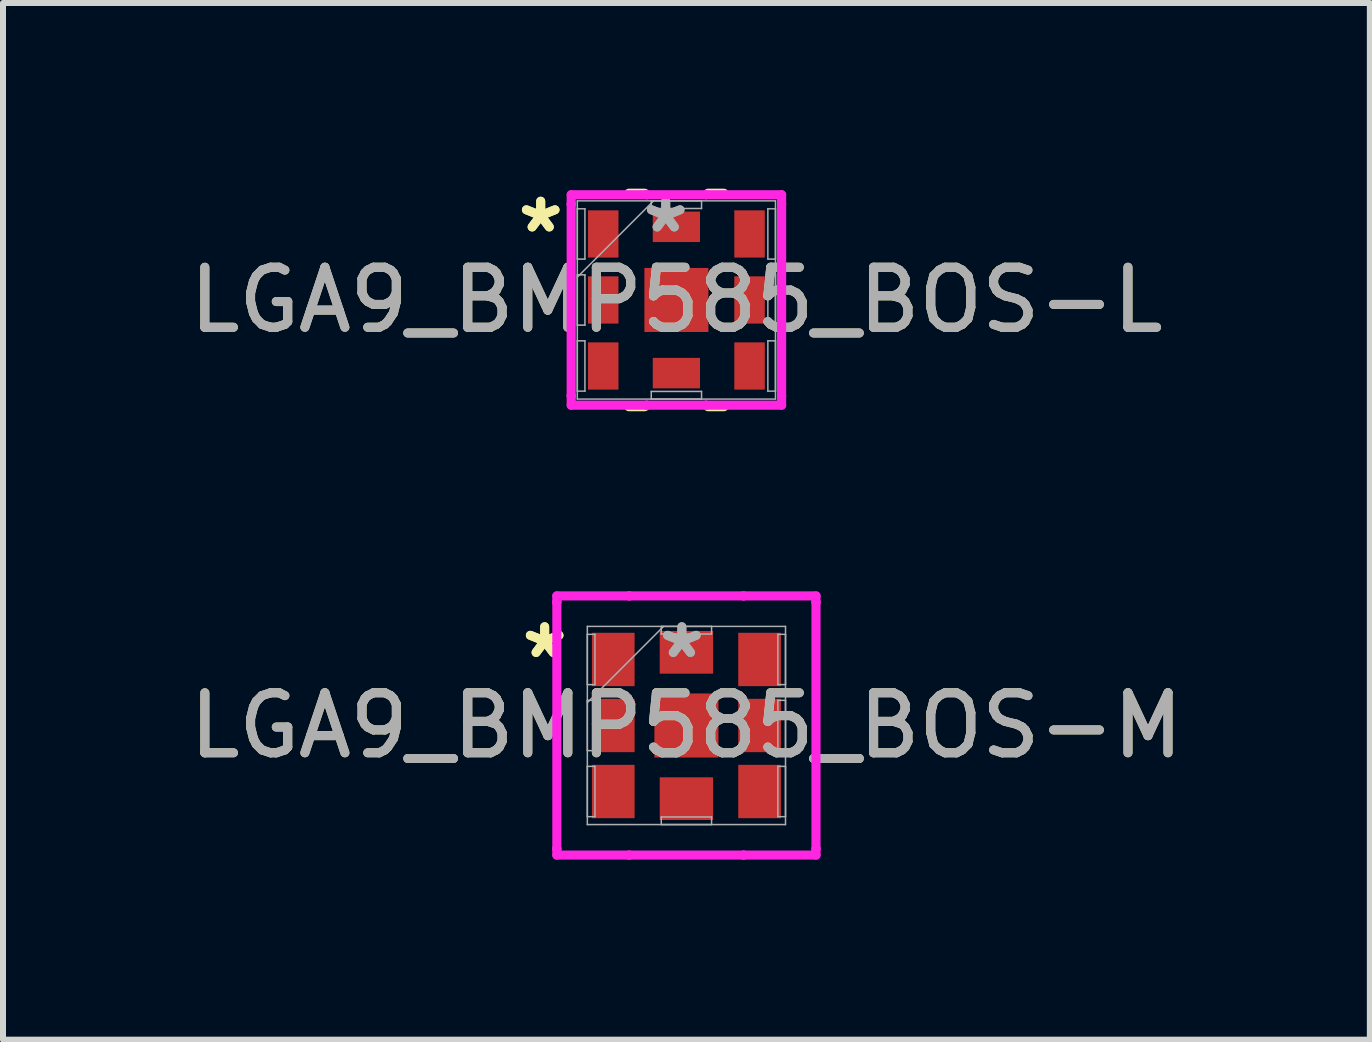
<source format=kicad_pcb>
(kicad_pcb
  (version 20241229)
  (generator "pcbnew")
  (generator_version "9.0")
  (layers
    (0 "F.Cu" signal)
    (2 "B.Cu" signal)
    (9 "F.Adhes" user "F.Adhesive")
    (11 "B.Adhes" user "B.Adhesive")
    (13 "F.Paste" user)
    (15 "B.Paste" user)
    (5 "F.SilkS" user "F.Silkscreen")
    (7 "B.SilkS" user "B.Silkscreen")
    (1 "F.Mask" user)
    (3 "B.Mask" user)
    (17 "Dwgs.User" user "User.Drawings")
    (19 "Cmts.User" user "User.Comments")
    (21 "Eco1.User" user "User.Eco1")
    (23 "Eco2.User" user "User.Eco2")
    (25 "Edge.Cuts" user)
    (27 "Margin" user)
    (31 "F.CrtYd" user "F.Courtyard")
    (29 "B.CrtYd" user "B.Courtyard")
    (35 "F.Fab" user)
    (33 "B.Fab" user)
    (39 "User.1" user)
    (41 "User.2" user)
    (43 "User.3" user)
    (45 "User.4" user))
  (footprint "LGA9_BMP585_BOS-M"
    (layer "F.Cu")
    (at 8.387 9.038)
    (property "Reference" "LGA9_BMP585_BOS-M" (at 0 0 0) (unlocked yes) (layer "F.SilkS") (effects (font (size 1 1) (thickness 0.15))))
    (attr smd)
    (fp_line (start -2.159 -2.159) (end -0.953 -2.159) (stroke (width 0.152) (type solid)) (layer "F.CrtYd"))
    (fp_line (start -2.159 -2.053) (end -2.159 -2.159) (stroke (width 0.152) (type solid)) (layer "F.CrtYd"))
    (fp_line (start -2.159 -2.053) (end -2.159 -2.053) (stroke (width 0.152) (type solid)) (layer "F.CrtYd"))
    (fp_line (start -2.159 2.053) (end -2.159 -2.053) (stroke (width 0.152) (type solid)) (layer "F.CrtYd"))
    (fp_line (start -2.159 2.053) (end -2.159 2.053) (stroke (width 0.152) (type solid)) (layer "F.CrtYd"))
    (fp_line (start -2.159 2.159) (end -2.159 2.053) (stroke (width 0.152) (type solid)) (layer "F.CrtYd"))
    (fp_line (start -0.953 -2.159) (end -0.953 -2.159) (stroke (width 0.152) (type solid)) (layer "F.CrtYd"))
    (fp_line (start -0.953 -2.159) (end 0.953 -2.159) (stroke (width 0.152) (type solid)) (layer "F.CrtYd"))
    (fp_line (start -0.953 2.159) (end -2.159 2.159) (stroke (width 0.152) (type solid)) (layer "F.CrtYd"))
    (fp_line (start -0.953 2.159) (end -0.953 2.159) (stroke (width 0.152) (type solid)) (layer "F.CrtYd"))
    (fp_line (start 0.953 -2.159) (end 0.953 -2.159) (stroke (width 0.152) (type solid)) (layer "F.CrtYd"))
    (fp_line (start 0.953 -2.159) (end 2.159 -2.159) (stroke (width 0.152) (type solid)) (layer "F.CrtYd"))
    (fp_line (start 0.953 2.159) (end -0.953 2.159) (stroke (width 0.152) (type solid)) (layer "F.CrtYd"))
    (fp_line (start 0.953 2.159) (end 0.953 2.159) (stroke (width 0.152) (type solid)) (layer "F.CrtYd"))
    (fp_line (start 2.159 -2.159) (end 2.159 -2.053) (stroke (width 0.152) (type solid)) (layer "F.CrtYd"))
    (fp_line (start 2.159 -2.053) (end 2.159 -2.053) (stroke (width 0.152) (type solid)) (layer "F.CrtYd"))
    (fp_line (start 2.159 -2.053) (end 2.159 2.053) (stroke (width 0.152) (type solid)) (layer "F.CrtYd"))
    (fp_line (start 2.159 2.053) (end 2.159 2.053) (stroke (width 0.152) (type solid)) (layer "F.CrtYd"))
    (fp_line (start 2.159 2.053) (end 2.159 2.159) (stroke (width 0.152) (type solid)) (layer "F.CrtYd"))
    (fp_line (start 2.159 2.159) (end 0.953 2.159) (stroke (width 0.152) (type solid)) (layer "F.CrtYd"))
    (fp_line (start -1.651 -1.651) (end -1.651 1.651) (stroke (width 0.025) (type solid)) (layer "F.Fab"))
    (fp_line (start -1.651 -1.519) (end -1.524 -1.519) (stroke (width 0.025) (type solid)) (layer "F.Fab"))
    (fp_line (start -1.651 -0.681) (end -1.651 -1.519) (stroke (width 0.025) (type solid)) (layer "F.Fab"))
    (fp_line (start -1.651 -0.419) (end -1.524 -0.419) (stroke (width 0.025) (type solid)) (layer "F.Fab"))
    (fp_line (start -1.651 -0.381) (end -0.381 -1.651) (stroke (width 0.025) (type solid)) (layer "F.Fab"))
    (fp_line (start -1.651 0.419) (end -1.651 -0.419) (stroke (width 0.025) (type solid)) (layer "F.Fab"))
    (fp_line (start -1.651 0.681) (end -1.524 0.681) (stroke (width 0.025) (type solid)) (layer "F.Fab"))
    (fp_line (start -1.651 1.519) (end -1.651 0.681) (stroke (width 0.025) (type solid)) (layer "F.Fab"))
    (fp_line (start -1.651 1.651) (end 1.651 1.651) (stroke (width 0.025) (type solid)) (layer "F.Fab"))
    (fp_line (start -1.524 -1.519) (end -1.524 -0.681) (stroke (width 0.025) (type solid)) (layer "F.Fab"))
    (fp_line (start -1.524 -0.681) (end -1.651 -0.681) (stroke (width 0.025) (type solid)) (layer "F.Fab"))
    (fp_line (start -1.524 -0.419) (end -1.524 0.419) (stroke (width 0.025) (type solid)) (layer "F.Fab"))
    (fp_line (start -1.524 0.419) (end -1.651 0.419) (stroke (width 0.025) (type solid)) (layer "F.Fab"))
    (fp_line (start -1.524 0.681) (end -1.524 1.519) (stroke (width 0.025) (type solid)) (layer "F.Fab"))
    (fp_line (start -1.524 1.519) (end -1.651 1.519) (stroke (width 0.025) (type solid)) (layer "F.Fab"))
    (fp_line (start -0.419 -1.651) (end 0.419 -1.651) (stroke (width 0.025) (type solid)) (layer "F.Fab"))
    (fp_line (start -0.419 -1.524) (end -0.419 -1.651) (stroke (width 0.025) (type solid)) (layer "F.Fab"))
    (fp_line (start -0.419 1.524) (end 0.419 1.524) (stroke (width 0.025) (type solid)) (layer "F.Fab"))
    (fp_line (start -0.419 1.651) (end -0.419 1.524) (stroke (width 0.025) (type solid)) (layer "F.Fab"))
    (fp_line (start 0.419 -1.651) (end 0.419 -1.524) (stroke (width 0.025) (type solid)) (layer "F.Fab"))
    (fp_line (start 0.419 -1.524) (end -0.419 -1.524) (stroke (width 0.025) (type solid)) (layer "F.Fab"))
    (fp_line (start 0.419 1.524) (end 0.419 1.651) (stroke (width 0.025) (type solid)) (layer "F.Fab"))
    (fp_line (start 0.419 1.651) (end -0.419 1.651) (stroke (width 0.025) (type solid)) (layer "F.Fab"))
    (fp_line (start 1.524 -1.519) (end 1.651 -1.519) (stroke (width 0.025) (type solid)) (layer "F.Fab"))
    (fp_line (start 1.524 -0.681) (end 1.524 -1.519) (stroke (width 0.025) (type solid)) (layer "F.Fab"))
    (fp_line (start 1.524 -0.419) (end 1.651 -0.419) (stroke (width 0.025) (type solid)) (layer "F.Fab"))
    (fp_line (start 1.524 0.419) (end 1.524 -0.419) (stroke (width 0.025) (type solid)) (layer "F.Fab"))
    (fp_line (start 1.524 0.681) (end 1.651 0.681) (stroke (width 0.025) (type solid)) (layer "F.Fab"))
    (fp_line (start 1.524 1.519) (end 1.524 0.681) (stroke (width 0.025) (type solid)) (layer "F.Fab"))
    (fp_line (start 1.651 -1.651) (end -1.651 -1.651) (stroke (width 0.025) (type solid)) (layer "F.Fab"))
    (fp_line (start 1.651 -1.519) (end 1.651 -0.681) (stroke (width 0.025) (type solid)) (layer "F.Fab"))
    (fp_line (start 1.651 -0.681) (end 1.524 -0.681) (stroke (width 0.025) (type solid)) (layer "F.Fab"))
    (fp_line (start 1.651 -0.419) (end 1.651 0.419) (stroke (width 0.025) (type solid)) (layer "F.Fab"))
    (fp_line (start 1.651 0.419) (end 1.524 0.419) (stroke (width 0.025) (type solid)) (layer "F.Fab"))
    (fp_line (start 1.651 0.681) (end 1.651 1.519) (stroke (width 0.025) (type solid)) (layer "F.Fab"))
    (fp_line (start 1.651 1.519) (end 1.524 1.519) (stroke (width 0.025) (type solid)) (layer "F.Fab"))
    (fp_line (start 1.651 1.651) (end 1.651 -1.651) (stroke (width 0.025) (type solid)) (layer "F.Fab"))
    (fp_text user "*" (at -2.362 -1.1 0) (unlocked yes) (layer "F.SilkS") (effects (font (size 1 1) (thickness 0.15))))
    (fp_text user "*" (at -2.362 -1.1 0) (layer "F.SilkS") (effects (font (size 1 1) (thickness 0.15))))
    (fp_text user "*" (at -0.076 -1.1 0) (unlocked yes) (layer "F.Fab") (effects (font (size 1 1) (thickness 0.15))))
    (fp_text user "*" (at -0.076 -1.1 0) (layer "F.Fab") (effects (font (size 1 1) (thickness 0.15))))
    (fp_text user "${REFERENCE}" (at 0 0 0) (unlocked yes) (layer "F.Fab") (effects (font (size 1 1) (thickness 0.15))))
    (pad "1" smd rect (at -1.219 -1.1 90) (size 0.889 0.711) (layers "F.Cu" "F.Mask" "F.Paste"))
    (pad "2" smd rect (at -1.219 0 90) (size 0.889 0.711) (layers "F.Cu" "F.Mask" "F.Paste"))
    (pad "3" smd rect (at -1.219 1.1 90) (size 0.889 0.711) (layers "F.Cu" "F.Mask" "F.Paste"))
    (pad "4" smd rect (at 0 1.219) (size 0.889 0.711) (layers "F.Cu" "F.Mask" "F.Paste"))
    (pad "5" smd rect (at 1.219 1.1 90) (size 0.889 0.711) (layers "F.Cu" "F.Mask" "F.Paste"))
    (pad "6" smd rect (at 1.219 0 90) (size 0.889 0.711) (layers "F.Cu" "F.Mask" "F.Paste"))
    (pad "7" smd rect (at 1.219 -1.1 90) (size 0.889 0.711) (layers "F.Cu" "F.Mask" "F.Paste"))
    (pad "8" smd rect (at 0 -1.219) (size 0.889 0.711) (layers "F.Cu" "F.Mask" "F.Paste"))
    (pad "9" smd rect (at 0 0) (size 1.067 1.067) (layers "F.Cu" "F.Mask" "F.Paste")))
  (footprint "LGA9_BMP585_BOS-L"
    (layer "F.Cu")
    (at 8.22 1.948)
    (property "Reference" "LGA9_BMP585_BOS-L" (at 0 0 0) (unlocked yes) (layer "F.SilkS") (effects (font (size 1 1) (thickness 0.15))))
    (attr smd)
    (fp_line (start -0.792 1.778) (end -0.527 1.778) (stroke (width 0.152) (type solid)) (layer "F.SilkS"))
    (fp_line (start -0.527 -1.778) (end -0.792 -1.778) (stroke (width 0.152) (type solid)) (layer "F.SilkS"))
    (fp_line (start 0.527 1.778) (end 0.792 1.778) (stroke (width 0.152) (type solid)) (layer "F.SilkS"))
    (fp_line (start 0.792 -1.778) (end 0.527 -1.778) (stroke (width 0.152) (type solid)) (layer "F.SilkS"))
    (fp_line (start -1.753 -1.753) (end -0.495 -1.753) (stroke (width 0.152) (type solid)) (layer "F.CrtYd"))
    (fp_line (start -1.753 -1.595) (end -1.753 -1.753) (stroke (width 0.152) (type solid)) (layer "F.CrtYd"))
    (fp_line (start -1.753 -1.595) (end -1.753 -1.595) (stroke (width 0.152) (type solid)) (layer "F.CrtYd"))
    (fp_line (start -1.753 1.595) (end -1.753 -1.595) (stroke (width 0.152) (type solid)) (layer "F.CrtYd"))
    (fp_line (start -1.753 1.595) (end -1.753 1.595) (stroke (width 0.152) (type solid)) (layer "F.CrtYd"))
    (fp_line (start -1.753 1.753) (end -1.753 1.595) (stroke (width 0.152) (type solid)) (layer "F.CrtYd"))
    (fp_line (start -0.495 -1.753) (end -0.495 -1.753) (stroke (width 0.152) (type solid)) (layer "F.CrtYd"))
    (fp_line (start -0.495 -1.753) (end 0.495 -1.753) (stroke (width 0.152) (type solid)) (layer "F.CrtYd"))
    (fp_line (start -0.495 1.753) (end -1.753 1.753) (stroke (width 0.152) (type solid)) (layer "F.CrtYd"))
    (fp_line (start -0.495 1.753) (end -0.495 1.753) (stroke (width 0.152) (type solid)) (layer "F.CrtYd"))
    (fp_line (start 0.495 -1.753) (end 0.495 -1.753) (stroke (width 0.152) (type solid)) (layer "F.CrtYd"))
    (fp_line (start 0.495 -1.753) (end 1.753 -1.753) (stroke (width 0.152) (type solid)) (layer "F.CrtYd"))
    (fp_line (start 0.495 1.753) (end -0.495 1.753) (stroke (width 0.152) (type solid)) (layer "F.CrtYd"))
    (fp_line (start 0.495 1.753) (end 0.495 1.753) (stroke (width 0.152) (type solid)) (layer "F.CrtYd"))
    (fp_line (start 1.753 -1.753) (end 1.753 -1.595) (stroke (width 0.152) (type solid)) (layer "F.CrtYd"))
    (fp_line (start 1.753 -1.595) (end 1.753 -1.595) (stroke (width 0.152) (type solid)) (layer "F.CrtYd"))
    (fp_line (start 1.753 -1.595) (end 1.753 1.595) (stroke (width 0.152) (type solid)) (layer "F.CrtYd"))
    (fp_line (start 1.753 1.595) (end 1.753 1.595) (stroke (width 0.152) (type solid)) (layer "F.CrtYd"))
    (fp_line (start 1.753 1.595) (end 1.753 1.753) (stroke (width 0.152) (type solid)) (layer "F.CrtYd"))
    (fp_line (start 1.753 1.753) (end 0.495 1.753) (stroke (width 0.152) (type solid)) (layer "F.CrtYd"))
    (fp_line (start -1.651 -1.651) (end -1.651 1.651) (stroke (width 0.025) (type solid)) (layer "F.Fab"))
    (fp_line (start -1.651 -1.519) (end -1.524 -1.519) (stroke (width 0.025) (type solid)) (layer "F.Fab"))
    (fp_line (start -1.651 -0.681) (end -1.651 -1.519) (stroke (width 0.025) (type solid)) (layer "F.Fab"))
    (fp_line (start -1.651 -0.419) (end -1.524 -0.419) (stroke (width 0.025) (type solid)) (layer "F.Fab"))
    (fp_line (start -1.651 -0.381) (end -0.381 -1.651) (stroke (width 0.025) (type solid)) (layer "F.Fab"))
    (fp_line (start -1.651 0.419) (end -1.651 -0.419) (stroke (width 0.025) (type solid)) (layer "F.Fab"))
    (fp_line (start -1.651 0.681) (end -1.524 0.681) (stroke (width 0.025) (type solid)) (layer "F.Fab"))
    (fp_line (start -1.651 1.519) (end -1.651 0.681) (stroke (width 0.025) (type solid)) (layer "F.Fab"))
    (fp_line (start -1.651 1.651) (end 1.651 1.651) (stroke (width 0.025) (type solid)) (layer "F.Fab"))
    (fp_line (start -1.524 -1.519) (end -1.524 -0.681) (stroke (width 0.025) (type solid)) (layer "F.Fab"))
    (fp_line (start -1.524 -0.681) (end -1.651 -0.681) (stroke (width 0.025) (type solid)) (layer "F.Fab"))
    (fp_line (start -1.524 -0.419) (end -1.524 0.419) (stroke (width 0.025) (type solid)) (layer "F.Fab"))
    (fp_line (start -1.524 0.419) (end -1.651 0.419) (stroke (width 0.025) (type solid)) (layer "F.Fab"))
    (fp_line (start -1.524 0.681) (end -1.524 1.519) (stroke (width 0.025) (type solid)) (layer "F.Fab"))
    (fp_line (start -1.524 1.519) (end -1.651 1.519) (stroke (width 0.025) (type solid)) (layer "F.Fab"))
    (fp_line (start -0.419 -1.651) (end 0.419 -1.651) (stroke (width 0.025) (type solid)) (layer "F.Fab"))
    (fp_line (start -0.419 -1.524) (end -0.419 -1.651) (stroke (width 0.025) (type solid)) (layer "F.Fab"))
    (fp_line (start -0.419 1.524) (end 0.419 1.524) (stroke (width 0.025) (type solid)) (layer "F.Fab"))
    (fp_line (start -0.419 1.651) (end -0.419 1.524) (stroke (width 0.025) (type solid)) (layer "F.Fab"))
    (fp_line (start 0.419 -1.651) (end 0.419 -1.524) (stroke (width 0.025) (type solid)) (layer "F.Fab"))
    (fp_line (start 0.419 -1.524) (end -0.419 -1.524) (stroke (width 0.025) (type solid)) (layer "F.Fab"))
    (fp_line (start 0.419 1.524) (end 0.419 1.651) (stroke (width 0.025) (type solid)) (layer "F.Fab"))
    (fp_line (start 0.419 1.651) (end -0.419 1.651) (stroke (width 0.025) (type solid)) (layer "F.Fab"))
    (fp_line (start 1.524 -1.519) (end 1.651 -1.519) (stroke (width 0.025) (type solid)) (layer "F.Fab"))
    (fp_line (start 1.524 -0.681) (end 1.524 -1.519) (stroke (width 0.025) (type solid)) (layer "F.Fab"))
    (fp_line (start 1.524 -0.419) (end 1.651 -0.419) (stroke (width 0.025) (type solid)) (layer "F.Fab"))
    (fp_line (start 1.524 0.419) (end 1.524 -0.419) (stroke (width 0.025) (type solid)) (layer "F.Fab"))
    (fp_line (start 1.524 0.681) (end 1.651 0.681) (stroke (width 0.025) (type solid)) (layer "F.Fab"))
    (fp_line (start 1.524 1.519) (end 1.524 0.681) (stroke (width 0.025) (type solid)) (layer "F.Fab"))
    (fp_line (start 1.651 -1.651) (end -1.651 -1.651) (stroke (width 0.025) (type solid)) (layer "F.Fab"))
    (fp_line (start 1.651 -1.519) (end 1.651 -0.681) (stroke (width 0.025) (type solid)) (layer "F.Fab"))
    (fp_line (start 1.651 -0.681) (end 1.524 -0.681) (stroke (width 0.025) (type solid)) (layer "F.Fab"))
    (fp_line (start 1.651 -0.419) (end 1.651 0.419) (stroke (width 0.025) (type solid)) (layer "F.Fab"))
    (fp_line (start 1.651 0.419) (end 1.524 0.419) (stroke (width 0.025) (type solid)) (layer "F.Fab"))
    (fp_line (start 1.651 0.681) (end 1.651 1.519) (stroke (width 0.025) (type solid)) (layer "F.Fab"))
    (fp_line (start 1.651 1.519) (end 1.524 1.519) (stroke (width 0.025) (type solid)) (layer "F.Fab"))
    (fp_line (start 1.651 1.651) (end 1.651 -1.651) (stroke (width 0.025) (type solid)) (layer "F.Fab"))
    (fp_text user "*" (at -2.261 -1.1 0) (layer "F.SilkS") (effects (font (size 1 1) (thickness 0.15))))
    (fp_text user "*" (at -2.261 -1.1 0) (unlocked yes) (layer "F.SilkS") (effects (font (size 1 1) (thickness 0.15))))
    (fp_text user "*" (at -0.178 -1.1 0) (layer "F.Fab") (effects (font (size 1 1) (thickness 0.15))))
    (fp_text user "${REFERENCE}" (at 0 0 0) (unlocked yes) (layer "F.Fab") (effects (font (size 1 1) (thickness 0.15))))
    (fp_text user "*" (at -0.178 -1.1 0) (unlocked yes) (layer "F.Fab") (effects (font (size 1 1) (thickness 0.15))))
    (pad "1" smd rect (at -1.219 -1.1 90) (size 0.787 0.508) (layers "F.Cu" "F.Mask" "F.Paste"))
    (pad "2" smd rect (at -1.219 0 90) (size 0.787 0.508) (layers "F.Cu" "F.Mask" "F.Paste"))
    (pad "3" smd rect (at -1.219 1.1 90) (size 0.787 0.508) (layers "F.Cu" "F.Mask" "F.Paste"))
    (pad "4" smd rect (at 0 1.219) (size 0.787 0.508) (layers "F.Cu" "F.Mask" "F.Paste"))
    (pad "5" smd rect (at 1.219 1.1 90) (size 0.787 0.508) (layers "F.Cu" "F.Mask" "F.Paste"))
    (pad "6" smd rect (at 1.219 0 90) (size 0.787 0.508) (layers "F.Cu" "F.Mask" "F.Paste"))
    (pad "7" smd rect (at 1.219 -1.1 90) (size 0.787 0.508) (layers "F.Cu" "F.Mask" "F.Paste"))
    (pad "8" smd rect (at 0 -1.219) (size 0.787 0.508) (layers "F.Cu" "F.Mask" "F.Paste"))
    (pad "9" smd rect (at 0 0) (size 1.067 1.067) (layers "F.Cu" "F.Mask" "F.Paste")))
  (gr_rect
    (start -3 -3)
    (end 19.774 14.273)
    (stroke (width 0.1) (type default))
    (fill no)
    (layer "Edge.Cuts")))
</source>
